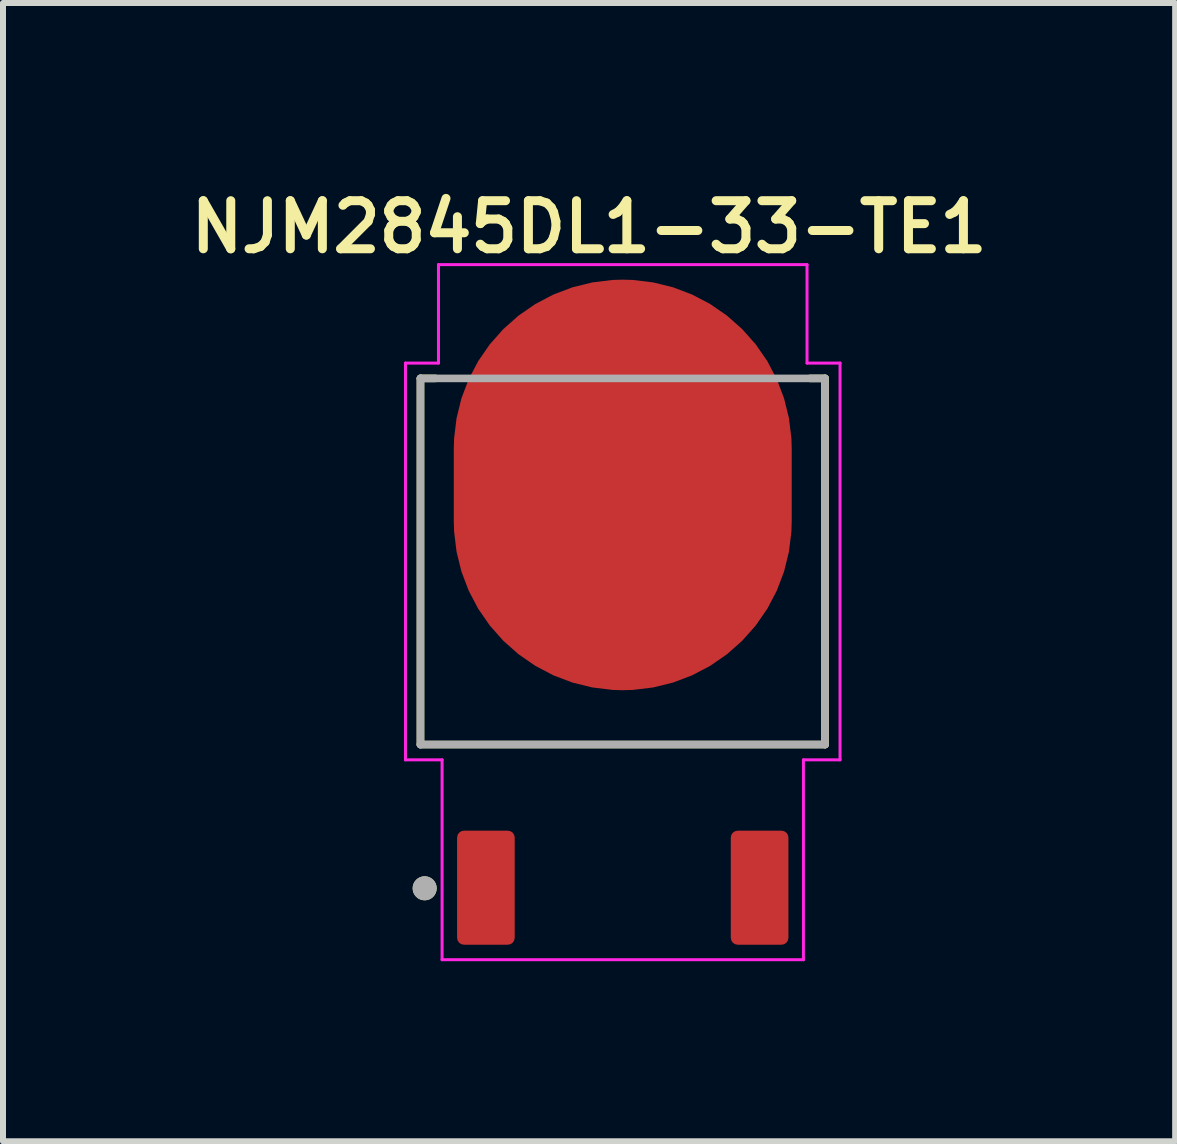
<source format=kicad_pcb>
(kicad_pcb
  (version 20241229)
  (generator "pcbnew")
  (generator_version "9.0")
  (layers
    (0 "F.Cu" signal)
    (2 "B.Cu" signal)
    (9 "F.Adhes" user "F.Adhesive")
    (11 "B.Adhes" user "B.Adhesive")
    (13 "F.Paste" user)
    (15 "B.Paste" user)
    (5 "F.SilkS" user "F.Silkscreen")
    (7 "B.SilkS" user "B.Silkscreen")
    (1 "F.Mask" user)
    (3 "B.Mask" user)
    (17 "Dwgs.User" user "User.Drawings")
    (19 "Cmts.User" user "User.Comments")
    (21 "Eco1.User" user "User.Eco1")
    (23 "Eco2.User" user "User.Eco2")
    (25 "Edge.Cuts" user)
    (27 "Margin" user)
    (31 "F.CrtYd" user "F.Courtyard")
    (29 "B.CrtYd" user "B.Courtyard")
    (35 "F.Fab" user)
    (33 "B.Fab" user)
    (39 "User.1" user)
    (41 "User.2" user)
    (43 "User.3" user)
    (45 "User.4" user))
  (footprint "NJM2845DL1-33-TE1"
    (layer "F.Cu")
    (at 7.325 7.149)
    (property "Reference" "NJM2845DL1-33-TE1" (at -0.561 -6.417 0) (layer "F.SilkS") (effects (font (size 0.801 0.801) (thickness 0.15))))
    (attr through_hole)
    (fp_line (start -3.37 -3.895) (end -3.37 2.205) (stroke (width 0.127) (type solid)) (layer "F.SilkS"))
    (fp_line (start -3.37 2.205) (end 3.37 2.205) (stroke (width 0.127) (type solid)) (layer "F.SilkS"))
    (fp_line (start -3.122 -3.895) (end -3.37 -3.895) (stroke (width 0.127) (type solid)) (layer "F.SilkS"))
    (fp_line (start 3.37 -3.895) (end 3.122 -3.895) (stroke (width 0.127) (type solid)) (layer "F.SilkS"))
    (fp_line (start 3.37 2.205) (end 3.37 -3.895) (stroke (width 0.127) (type solid)) (layer "F.SilkS"))
    (fp_circle (center -3.3 4.6) (end -3.2 4.6) (stroke (width 0.2) (type solid)) (fill no) (layer "F.SilkS"))
    (fp_poly (pts (xy -1.783 -4.283) (xy 1.78 -4.283) (xy 1.78 0.043) (xy -1.783 0.043)) (stroke (width 0.01) (type solid)) (fill yes) (layer "F.Paste"))
    (fp_line (start -3.62 -4.15) (end -3.07 -4.15) (stroke (width 0.05) (type solid)) (layer "F.CrtYd"))
    (fp_line (start -3.62 2.46) (end -3.62 -4.15) (stroke (width 0.05) (type solid)) (layer "F.CrtYd"))
    (fp_line (start -3.07 -5.79) (end 3.07 -5.79) (stroke (width 0.05) (type solid)) (layer "F.CrtYd"))
    (fp_line (start -3.07 -4.15) (end -3.07 -5.79) (stroke (width 0.05) (type solid)) (layer "F.CrtYd"))
    (fp_line (start -3.01 2.46) (end -3.62 2.46) (stroke (width 0.05) (type solid)) (layer "F.CrtYd"))
    (fp_line (start -3.01 5.79) (end -3.01 2.46) (stroke (width 0.05) (type solid)) (layer "F.CrtYd"))
    (fp_line (start 3.01 2.46) (end 3.01 5.79) (stroke (width 0.05) (type solid)) (layer "F.CrtYd"))
    (fp_line (start 3.01 5.79) (end -3.01 5.79) (stroke (width 0.05) (type solid)) (layer "F.CrtYd"))
    (fp_line (start 3.07 -5.79) (end 3.07 -4.15) (stroke (width 0.05) (type solid)) (layer "F.CrtYd"))
    (fp_line (start 3.07 -4.15) (end 3.62 -4.15) (stroke (width 0.05) (type solid)) (layer "F.CrtYd"))
    (fp_line (start 3.62 -4.15) (end 3.62 2.46) (stroke (width 0.05) (type solid)) (layer "F.CrtYd"))
    (fp_line (start 3.62 2.46) (end 3.01 2.46) (stroke (width 0.05) (type solid)) (layer "F.CrtYd"))
    (fp_line (start -3.37 -3.895) (end 3.37 -3.895) (stroke (width 0.127) (type solid)) (layer "F.Fab"))
    (fp_line (start -3.37 2.205) (end -3.37 -3.895) (stroke (width 0.127) (type solid)) (layer "F.Fab"))
    (fp_line (start 3.37 -3.895) (end 3.37 2.205) (stroke (width 0.127) (type solid)) (layer "F.Fab"))
    (fp_line (start 3.37 2.205) (end -3.37 2.205) (stroke (width 0.127) (type solid)) (layer "F.Fab"))
    (fp_circle (center -3.3 4.6) (end -3.2 4.6) (stroke (width 0.2) (type solid)) (fill no) (layer "F.Fab"))
    (pad "1" smd roundrect (at -2.28 4.59 90) (size 1.9 0.96) (layers "F.Cu" "F.Mask" "F.Paste") (roundrect_rratio 0.12))
    (pad "2" smd roundrect (at 0 -2.12 90) (size 6.84 5.63) (layers "F.Cu" "F.Mask") (roundrect_rratio 0.5))
    (pad "3" smd roundrect (at 2.28 4.59 90) (size 1.9 0.96) (layers "F.Cu" "F.Mask" "F.Paste") (roundrect_rratio 0.12)))
  (gr_rect
    (start -3 -3)
    (end 16.528 15.964)
    (stroke (width 0.1) (type default))
    (fill no)
    (layer "Edge.Cuts")))
</source>
